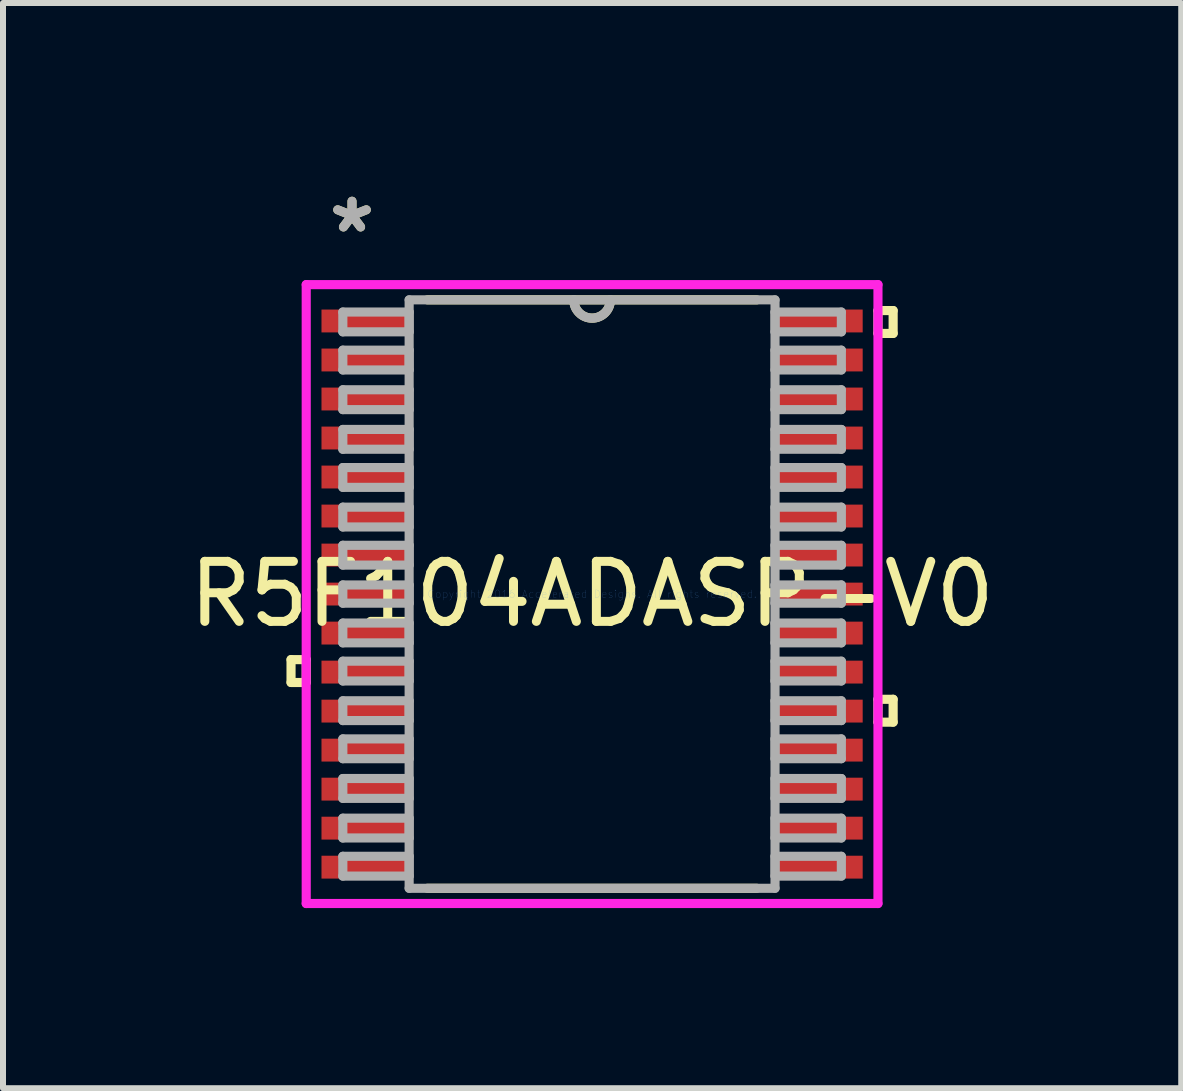
<source format=kicad_pcb>
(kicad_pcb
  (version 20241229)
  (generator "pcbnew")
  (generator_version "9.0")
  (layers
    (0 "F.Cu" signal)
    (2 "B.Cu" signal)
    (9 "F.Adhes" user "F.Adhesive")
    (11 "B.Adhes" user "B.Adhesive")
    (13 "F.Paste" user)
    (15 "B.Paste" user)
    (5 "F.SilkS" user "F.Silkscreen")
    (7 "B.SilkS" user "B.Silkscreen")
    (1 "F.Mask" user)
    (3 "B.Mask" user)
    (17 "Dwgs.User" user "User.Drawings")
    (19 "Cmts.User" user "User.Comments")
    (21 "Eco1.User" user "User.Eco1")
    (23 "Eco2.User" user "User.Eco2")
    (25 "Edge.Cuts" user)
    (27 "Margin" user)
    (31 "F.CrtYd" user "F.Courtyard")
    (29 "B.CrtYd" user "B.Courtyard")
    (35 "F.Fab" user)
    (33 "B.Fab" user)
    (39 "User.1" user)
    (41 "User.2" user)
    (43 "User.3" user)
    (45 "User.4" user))
  (footprint "R5F104ADASP-V0"
    (layer "F.Cu")
    (at 6.815 6.848)
    (property "Reference" "R5F104ADASP-V0" (at 0 0 0) (layer "F.SilkS") (effects (font (size 1 1) (thickness 0.15))))
    (attr through_hole)
    (fp_line (start -5.016 1.092) (end -5.016 1.473) (stroke (width 0.152) (type solid)) (layer "F.SilkS"))
    (fp_line (start -5.016 1.473) (end -4.763 1.473) (stroke (width 0.152) (type solid)) (layer "F.SilkS"))
    (fp_line (start -4.763 1.092) (end -5.016 1.092) (stroke (width 0.152) (type solid)) (layer "F.SilkS"))
    (fp_line (start -4.763 1.473) (end -4.763 1.092) (stroke (width 0.152) (type solid)) (layer "F.SilkS"))
    (fp_line (start -2.744 4.902) (end 2.744 4.902) (stroke (width 0.152) (type solid)) (layer "F.SilkS"))
    (fp_line (start 2.744 -4.902) (end -2.744 -4.902) (stroke (width 0.152) (type solid)) (layer "F.SilkS"))
    (fp_line (start 4.763 -4.724) (end 5.016 -4.724) (stroke (width 0.152) (type solid)) (layer "F.SilkS"))
    (fp_line (start 4.763 -4.343) (end 4.763 -4.724) (stroke (width 0.152) (type solid)) (layer "F.SilkS"))
    (fp_line (start 4.763 1.753) (end 5.016 1.753) (stroke (width 0.152) (type solid)) (layer "F.SilkS"))
    (fp_line (start 4.763 2.134) (end 4.763 1.753) (stroke (width 0.152) (type solid)) (layer "F.SilkS"))
    (fp_line (start 5.016 -4.724) (end 5.016 -4.343) (stroke (width 0.152) (type solid)) (layer "F.SilkS"))
    (fp_line (start 5.016 -4.343) (end 4.763 -4.343) (stroke (width 0.152) (type solid)) (layer "F.SilkS"))
    (fp_line (start 5.016 1.753) (end 5.016 2.134) (stroke (width 0.152) (type solid)) (layer "F.SilkS"))
    (fp_line (start 5.016 2.134) (end 4.763 2.134) (stroke (width 0.152) (type solid)) (layer "F.SilkS"))
    (fp_arc (start 0.3048 -4.9022) (mid 0 -4.5974) (end -0.3048 -4.9022) (stroke (width 0.1524) (type solid)) (layer "F.SilkS"))
    (fp_line (start -4.763 -5.156) (end 4.763 -5.156) (stroke (width 0.152) (type solid)) (layer "F.CrtYd"))
    (fp_line (start -4.763 5.156) (end -4.763 -5.156) (stroke (width 0.152) (type solid)) (layer "F.CrtYd"))
    (fp_line (start 4.763 -5.156) (end 4.763 5.156) (stroke (width 0.152) (type solid)) (layer "F.CrtYd"))
    (fp_line (start 4.763 5.156) (end -4.763 5.156) (stroke (width 0.152) (type solid)) (layer "F.CrtYd"))
    (fp_line (start -4.153 -4.699) (end -4.153 -4.369) (stroke (width 0.152) (type solid)) (layer "F.Fab"))
    (fp_line (start -4.153 -4.369) (end -3.048 -4.369) (stroke (width 0.152) (type solid)) (layer "F.Fab"))
    (fp_line (start -4.153 -4.064) (end -4.153 -3.734) (stroke (width 0.152) (type solid)) (layer "F.Fab"))
    (fp_line (start -4.153 -3.734) (end -3.048 -3.734) (stroke (width 0.152) (type solid)) (layer "F.Fab"))
    (fp_line (start -4.153 -3.404) (end -4.153 -3.073) (stroke (width 0.152) (type solid)) (layer "F.Fab"))
    (fp_line (start -4.153 -3.073) (end -3.048 -3.073) (stroke (width 0.152) (type solid)) (layer "F.Fab"))
    (fp_line (start -4.153 -2.743) (end -4.153 -2.413) (stroke (width 0.152) (type solid)) (layer "F.Fab"))
    (fp_line (start -4.153 -2.413) (end -3.048 -2.413) (stroke (width 0.152) (type solid)) (layer "F.Fab"))
    (fp_line (start -4.153 -2.108) (end -4.153 -1.778) (stroke (width 0.152) (type solid)) (layer "F.Fab"))
    (fp_line (start -4.153 -1.778) (end -3.048 -1.778) (stroke (width 0.152) (type solid)) (layer "F.Fab"))
    (fp_line (start -4.153 -1.448) (end -4.153 -1.118) (stroke (width 0.152) (type solid)) (layer "F.Fab"))
    (fp_line (start -4.153 -1.118) (end -3.048 -1.118) (stroke (width 0.152) (type solid)) (layer "F.Fab"))
    (fp_line (start -4.153 -0.813) (end -4.153 -0.483) (stroke (width 0.152) (type solid)) (layer "F.Fab"))
    (fp_line (start -4.153 -0.483) (end -3.048 -0.483) (stroke (width 0.152) (type solid)) (layer "F.Fab"))
    (fp_line (start -4.153 -0.152) (end -4.153 0.152) (stroke (width 0.152) (type solid)) (layer "F.Fab"))
    (fp_line (start -4.153 0.152) (end -3.048 0.152) (stroke (width 0.152) (type solid)) (layer "F.Fab"))
    (fp_line (start -4.153 0.483) (end -4.153 0.813) (stroke (width 0.152) (type solid)) (layer "F.Fab"))
    (fp_line (start -4.153 0.813) (end -3.048 0.813) (stroke (width 0.152) (type solid)) (layer "F.Fab"))
    (fp_line (start -4.153 1.118) (end -4.153 1.448) (stroke (width 0.152) (type solid)) (layer "F.Fab"))
    (fp_line (start -4.153 1.448) (end -3.048 1.448) (stroke (width 0.152) (type solid)) (layer "F.Fab"))
    (fp_line (start -4.153 1.778) (end -4.153 2.108) (stroke (width 0.152) (type solid)) (layer "F.Fab"))
    (fp_line (start -4.153 2.108) (end -3.048 2.108) (stroke (width 0.152) (type solid)) (layer "F.Fab"))
    (fp_line (start -4.153 2.413) (end -4.153 2.743) (stroke (width 0.152) (type solid)) (layer "F.Fab"))
    (fp_line (start -4.153 2.743) (end -3.048 2.743) (stroke (width 0.152) (type solid)) (layer "F.Fab"))
    (fp_line (start -4.153 3.073) (end -4.153 3.404) (stroke (width 0.152) (type solid)) (layer "F.Fab"))
    (fp_line (start -4.153 3.404) (end -3.048 3.404) (stroke (width 0.152) (type solid)) (layer "F.Fab"))
    (fp_line (start -4.153 3.734) (end -4.153 4.064) (stroke (width 0.152) (type solid)) (layer "F.Fab"))
    (fp_line (start -4.153 4.064) (end -3.048 4.064) (stroke (width 0.152) (type solid)) (layer "F.Fab"))
    (fp_line (start -4.153 4.369) (end -4.153 4.699) (stroke (width 0.152) (type solid)) (layer "F.Fab"))
    (fp_line (start -4.153 4.699) (end -3.048 4.699) (stroke (width 0.152) (type solid)) (layer "F.Fab"))
    (fp_line (start -3.048 -4.902) (end -3.048 4.902) (stroke (width 0.152) (type solid)) (layer "F.Fab"))
    (fp_line (start -3.048 -4.699) (end -4.153 -4.699) (stroke (width 0.152) (type solid)) (layer "F.Fab"))
    (fp_line (start -3.048 -4.369) (end -3.048 -4.699) (stroke (width 0.152) (type solid)) (layer "F.Fab"))
    (fp_line (start -3.048 -4.064) (end -4.153 -4.064) (stroke (width 0.152) (type solid)) (layer "F.Fab"))
    (fp_line (start -3.048 -3.734) (end -3.048 -4.064) (stroke (width 0.152) (type solid)) (layer "F.Fab"))
    (fp_line (start -3.048 -3.404) (end -4.153 -3.404) (stroke (width 0.152) (type solid)) (layer "F.Fab"))
    (fp_line (start -3.048 -3.073) (end -3.048 -3.404) (stroke (width 0.152) (type solid)) (layer "F.Fab"))
    (fp_line (start -3.048 -2.743) (end -4.153 -2.743) (stroke (width 0.152) (type solid)) (layer "F.Fab"))
    (fp_line (start -3.048 -2.413) (end -3.048 -2.743) (stroke (width 0.152) (type solid)) (layer "F.Fab"))
    (fp_line (start -3.048 -2.108) (end -4.153 -2.108) (stroke (width 0.152) (type solid)) (layer "F.Fab"))
    (fp_line (start -3.048 -1.778) (end -3.048 -2.108) (stroke (width 0.152) (type solid)) (layer "F.Fab"))
    (fp_line (start -3.048 -1.448) (end -4.153 -1.448) (stroke (width 0.152) (type solid)) (layer "F.Fab"))
    (fp_line (start -3.048 -1.118) (end -3.048 -1.448) (stroke (width 0.152) (type solid)) (layer "F.Fab"))
    (fp_line (start -3.048 -0.813) (end -4.153 -0.813) (stroke (width 0.152) (type solid)) (layer "F.Fab"))
    (fp_line (start -3.048 -0.483) (end -3.048 -0.813) (stroke (width 0.152) (type solid)) (layer "F.Fab"))
    (fp_line (start -3.048 -0.152) (end -4.153 -0.152) (stroke (width 0.152) (type solid)) (layer "F.Fab"))
    (fp_line (start -3.048 0.152) (end -3.048 -0.152) (stroke (width 0.152) (type solid)) (layer "F.Fab"))
    (fp_line (start -3.048 0.483) (end -4.153 0.483) (stroke (width 0.152) (type solid)) (layer "F.Fab"))
    (fp_line (start -3.048 0.813) (end -3.048 0.483) (stroke (width 0.152) (type solid)) (layer "F.Fab"))
    (fp_line (start -3.048 1.118) (end -4.153 1.118) (stroke (width 0.152) (type solid)) (layer "F.Fab"))
    (fp_line (start -3.048 1.448) (end -3.048 1.118) (stroke (width 0.152) (type solid)) (layer "F.Fab"))
    (fp_line (start -3.048 1.778) (end -4.153 1.778) (stroke (width 0.152) (type solid)) (layer "F.Fab"))
    (fp_line (start -3.048 2.108) (end -3.048 1.778) (stroke (width 0.152) (type solid)) (layer "F.Fab"))
    (fp_line (start -3.048 2.413) (end -4.153 2.413) (stroke (width 0.152) (type solid)) (layer "F.Fab"))
    (fp_line (start -3.048 2.743) (end -3.048 2.413) (stroke (width 0.152) (type solid)) (layer "F.Fab"))
    (fp_line (start -3.048 3.073) (end -4.153 3.073) (stroke (width 0.152) (type solid)) (layer "F.Fab"))
    (fp_line (start -3.048 3.404) (end -3.048 3.073) (stroke (width 0.152) (type solid)) (layer "F.Fab"))
    (fp_line (start -3.048 3.734) (end -4.153 3.734) (stroke (width 0.152) (type solid)) (layer "F.Fab"))
    (fp_line (start -3.048 4.064) (end -3.048 3.734) (stroke (width 0.152) (type solid)) (layer "F.Fab"))
    (fp_line (start -3.048 4.369) (end -4.153 4.369) (stroke (width 0.152) (type solid)) (layer "F.Fab"))
    (fp_line (start -3.048 4.699) (end -3.048 4.369) (stroke (width 0.152) (type solid)) (layer "F.Fab"))
    (fp_line (start -3.048 4.902) (end 3.048 4.902) (stroke (width 0.152) (type solid)) (layer "F.Fab"))
    (fp_line (start 3.048 -4.902) (end -3.048 -4.902) (stroke (width 0.152) (type solid)) (layer "F.Fab"))
    (fp_line (start 3.048 -4.699) (end 3.048 -4.369) (stroke (width 0.152) (type solid)) (layer "F.Fab"))
    (fp_line (start 3.048 -4.369) (end 4.153 -4.369) (stroke (width 0.152) (type solid)) (layer "F.Fab"))
    (fp_line (start 3.048 -4.064) (end 3.048 -3.734) (stroke (width 0.152) (type solid)) (layer "F.Fab"))
    (fp_line (start 3.048 -3.734) (end 4.153 -3.734) (stroke (width 0.152) (type solid)) (layer "F.Fab"))
    (fp_line (start 3.048 -3.404) (end 3.048 -3.073) (stroke (width 0.152) (type solid)) (layer "F.Fab"))
    (fp_line (start 3.048 -3.073) (end 4.153 -3.073) (stroke (width 0.152) (type solid)) (layer "F.Fab"))
    (fp_line (start 3.048 -2.743) (end 3.048 -2.413) (stroke (width 0.152) (type solid)) (layer "F.Fab"))
    (fp_line (start 3.048 -2.413) (end 4.153 -2.413) (stroke (width 0.152) (type solid)) (layer "F.Fab"))
    (fp_line (start 3.048 -2.108) (end 3.048 -1.778) (stroke (width 0.152) (type solid)) (layer "F.Fab"))
    (fp_line (start 3.048 -1.778) (end 4.153 -1.778) (stroke (width 0.152) (type solid)) (layer "F.Fab"))
    (fp_line (start 3.048 -1.448) (end 3.048 -1.118) (stroke (width 0.152) (type solid)) (layer "F.Fab"))
    (fp_line (start 3.048 -1.118) (end 4.153 -1.118) (stroke (width 0.152) (type solid)) (layer "F.Fab"))
    (fp_line (start 3.048 -0.813) (end 3.048 -0.483) (stroke (width 0.152) (type solid)) (layer "F.Fab"))
    (fp_line (start 3.048 -0.483) (end 4.153 -0.483) (stroke (width 0.152) (type solid)) (layer "F.Fab"))
    (fp_line (start 3.048 -0.152) (end 3.048 0.152) (stroke (width 0.152) (type solid)) (layer "F.Fab"))
    (fp_line (start 3.048 0.152) (end 4.153 0.152) (stroke (width 0.152) (type solid)) (layer "F.Fab"))
    (fp_line (start 3.048 0.483) (end 3.048 0.813) (stroke (width 0.152) (type solid)) (layer "F.Fab"))
    (fp_line (start 3.048 0.813) (end 4.153 0.813) (stroke (width 0.152) (type solid)) (layer "F.Fab"))
    (fp_line (start 3.048 1.118) (end 3.048 1.448) (stroke (width 0.152) (type solid)) (layer "F.Fab"))
    (fp_line (start 3.048 1.448) (end 4.153 1.448) (stroke (width 0.152) (type solid)) (layer "F.Fab"))
    (fp_line (start 3.048 1.778) (end 3.048 2.108) (stroke (width 0.152) (type solid)) (layer "F.Fab"))
    (fp_line (start 3.048 2.108) (end 4.153 2.108) (stroke (width 0.152) (type solid)) (layer "F.Fab"))
    (fp_line (start 3.048 2.413) (end 3.048 2.743) (stroke (width 0.152) (type solid)) (layer "F.Fab"))
    (fp_line (start 3.048 2.743) (end 4.153 2.743) (stroke (width 0.152) (type solid)) (layer "F.Fab"))
    (fp_line (start 3.048 3.073) (end 3.048 3.404) (stroke (width 0.152) (type solid)) (layer "F.Fab"))
    (fp_line (start 3.048 3.404) (end 4.153 3.404) (stroke (width 0.152) (type solid)) (layer "F.Fab"))
    (fp_line (start 3.048 3.734) (end 3.048 4.064) (stroke (width 0.152) (type solid)) (layer "F.Fab"))
    (fp_line (start 3.048 4.064) (end 4.153 4.064) (stroke (width 0.152) (type solid)) (layer "F.Fab"))
    (fp_line (start 3.048 4.369) (end 3.048 4.699) (stroke (width 0.152) (type solid)) (layer "F.Fab"))
    (fp_line (start 3.048 4.699) (end 4.153 4.699) (stroke (width 0.152) (type solid)) (layer "F.Fab"))
    (fp_line (start 3.048 4.902) (end 3.048 -4.902) (stroke (width 0.152) (type solid)) (layer "F.Fab"))
    (fp_line (start 4.153 -4.699) (end 3.048 -4.699) (stroke (width 0.152) (type solid)) (layer "F.Fab"))
    (fp_line (start 4.153 -4.369) (end 4.153 -4.699) (stroke (width 0.152) (type solid)) (layer "F.Fab"))
    (fp_line (start 4.153 -4.064) (end 3.048 -4.064) (stroke (width 0.152) (type solid)) (layer "F.Fab"))
    (fp_line (start 4.153 -3.734) (end 4.153 -4.064) (stroke (width 0.152) (type solid)) (layer "F.Fab"))
    (fp_line (start 4.153 -3.404) (end 3.048 -3.404) (stroke (width 0.152) (type solid)) (layer "F.Fab"))
    (fp_line (start 4.153 -3.073) (end 4.153 -3.404) (stroke (width 0.152) (type solid)) (layer "F.Fab"))
    (fp_line (start 4.153 -2.743) (end 3.048 -2.743) (stroke (width 0.152) (type solid)) (layer "F.Fab"))
    (fp_line (start 4.153 -2.413) (end 4.153 -2.743) (stroke (width 0.152) (type solid)) (layer "F.Fab"))
    (fp_line (start 4.153 -2.108) (end 3.048 -2.108) (stroke (width 0.152) (type solid)) (layer "F.Fab"))
    (fp_line (start 4.153 -1.778) (end 4.153 -2.108) (stroke (width 0.152) (type solid)) (layer "F.Fab"))
    (fp_line (start 4.153 -1.448) (end 3.048 -1.448) (stroke (width 0.152) (type solid)) (layer "F.Fab"))
    (fp_line (start 4.153 -1.118) (end 4.153 -1.448) (stroke (width 0.152) (type solid)) (layer "F.Fab"))
    (fp_line (start 4.153 -0.813) (end 3.048 -0.813) (stroke (width 0.152) (type solid)) (layer "F.Fab"))
    (fp_line (start 4.153 -0.483) (end 4.153 -0.813) (stroke (width 0.152) (type solid)) (layer "F.Fab"))
    (fp_line (start 4.153 -0.152) (end 3.048 -0.152) (stroke (width 0.152) (type solid)) (layer "F.Fab"))
    (fp_line (start 4.153 0.152) (end 4.153 -0.152) (stroke (width 0.152) (type solid)) (layer "F.Fab"))
    (fp_line (start 4.153 0.483) (end 3.048 0.483) (stroke (width 0.152) (type solid)) (layer "F.Fab"))
    (fp_line (start 4.153 0.813) (end 4.153 0.483) (stroke (width 0.152) (type solid)) (layer "F.Fab"))
    (fp_line (start 4.153 1.118) (end 3.048 1.118) (stroke (width 0.152) (type solid)) (layer "F.Fab"))
    (fp_line (start 4.153 1.448) (end 4.153 1.118) (stroke (width 0.152) (type solid)) (layer "F.Fab"))
    (fp_line (start 4.153 1.778) (end 3.048 1.778) (stroke (width 0.152) (type solid)) (layer "F.Fab"))
    (fp_line (start 4.153 2.108) (end 4.153 1.778) (stroke (width 0.152) (type solid)) (layer "F.Fab"))
    (fp_line (start 4.153 2.413) (end 3.048 2.413) (stroke (width 0.152) (type solid)) (layer "F.Fab"))
    (fp_line (start 4.153 2.743) (end 4.153 2.413) (stroke (width 0.152) (type solid)) (layer "F.Fab"))
    (fp_line (start 4.153 3.073) (end 3.048 3.073) (stroke (width 0.152) (type solid)) (layer "F.Fab"))
    (fp_line (start 4.153 3.404) (end 4.153 3.073) (stroke (width 0.152) (type solid)) (layer "F.Fab"))
    (fp_line (start 4.153 3.734) (end 3.048 3.734) (stroke (width 0.152) (type solid)) (layer "F.Fab"))
    (fp_line (start 4.153 4.064) (end 4.153 3.734) (stroke (width 0.152) (type solid)) (layer "F.Fab"))
    (fp_line (start 4.153 4.369) (end 3.048 4.369) (stroke (width 0.152) (type solid)) (layer "F.Fab"))
    (fp_line (start 4.153 4.699) (end 4.153 4.369) (stroke (width 0.152) (type solid)) (layer "F.Fab"))
    (fp_arc (start 0.3048 -4.9022) (mid 0 -4.5974) (end -0.3048 -4.9022) (stroke (width 0.1524) (type solid)) (layer "F.Fab"))
    (fp_text user "*" (at -4 -6 0) (layer "F.SilkS") (effects (font (size 1 1) (thickness 0.15))))
    (fp_text user "Copyright 2016 Accelerated Designs. All rights reserved." (at 0 0 0) (layer "Cmts.User") (effects (font (size 0.127 0.127) (thickness 0.002))))
    (fp_text user "*" (at -4 -6 0) (layer "F.Fab") (effects (font (size 1 1) (thickness 0.15))))
    (pad "1" smd rect (at -3.772 -4.55) (size 1.473 0.381) (layers "F.Cu" "F.Mask" "F.Paste"))
    (pad "2" smd rect (at -3.772 -3.9) (size 1.473 0.381) (layers "F.Cu" "F.Mask" "F.Paste"))
    (pad "3" smd rect (at -3.772 -3.25) (size 1.473 0.381) (layers "F.Cu" "F.Mask" "F.Paste"))
    (pad "4" smd rect (at -3.772 -2.6) (size 1.473 0.381) (layers "F.Cu" "F.Mask" "F.Paste"))
    (pad "5" smd rect (at -3.772 -1.95) (size 1.473 0.381) (layers "F.Cu" "F.Mask" "F.Paste"))
    (pad "6" smd rect (at -3.772 -1.3) (size 1.473 0.381) (layers "F.Cu" "F.Mask" "F.Paste"))
    (pad "7" smd rect (at -3.772 -0.65) (size 1.473 0.381) (layers "F.Cu" "F.Mask" "F.Paste"))
    (pad "8" smd rect (at -3.772 0) (size 1.473 0.381) (layers "F.Cu" "F.Mask" "F.Paste"))
    (pad "9" smd rect (at -3.772 0.65) (size 1.473 0.381) (layers "F.Cu" "F.Mask" "F.Paste"))
    (pad "10" smd rect (at -3.772 1.3) (size 1.473 0.381) (layers "F.Cu" "F.Mask" "F.Paste"))
    (pad "11" smd rect (at -3.772 1.95) (size 1.473 0.381) (layers "F.Cu" "F.Mask" "F.Paste"))
    (pad "12" smd rect (at -3.772 2.6) (size 1.473 0.381) (layers "F.Cu" "F.Mask" "F.Paste"))
    (pad "13" smd rect (at -3.772 3.25) (size 1.473 0.381) (layers "F.Cu" "F.Mask" "F.Paste"))
    (pad "14" smd rect (at -3.772 3.9) (size 1.473 0.381) (layers "F.Cu" "F.Mask" "F.Paste"))
    (pad "15" smd rect (at -3.772 4.55) (size 1.473 0.381) (layers "F.Cu" "F.Mask" "F.Paste"))
    (pad "16" smd rect (at 3.772 4.55) (size 1.473 0.381) (layers "F.Cu" "F.Mask" "F.Paste"))
    (pad "17" smd rect (at 3.772 3.9) (size 1.473 0.381) (layers "F.Cu" "F.Mask" "F.Paste"))
    (pad "18" smd rect (at 3.772 3.25) (size 1.473 0.381) (layers "F.Cu" "F.Mask" "F.Paste"))
    (pad "19" smd rect (at 3.772 2.6) (size 1.473 0.381) (layers "F.Cu" "F.Mask" "F.Paste"))
    (pad "20" smd rect (at 3.772 1.95) (size 1.473 0.381) (layers "F.Cu" "F.Mask" "F.Paste"))
    (pad "21" smd rect (at 3.772 1.3) (size 1.473 0.381) (layers "F.Cu" "F.Mask" "F.Paste"))
    (pad "22" smd rect (at 3.772 0.65) (size 1.473 0.381) (layers "F.Cu" "F.Mask" "F.Paste"))
    (pad "23" smd rect (at 3.772 0) (size 1.473 0.381) (layers "F.Cu" "F.Mask" "F.Paste"))
    (pad "24" smd rect (at 3.772 -0.65) (size 1.473 0.381) (layers "F.Cu" "F.Mask" "F.Paste"))
    (pad "25" smd rect (at 3.772 -1.3) (size 1.473 0.381) (layers "F.Cu" "F.Mask" "F.Paste"))
    (pad "26" smd rect (at 3.772 -1.95) (size 1.473 0.381) (layers "F.Cu" "F.Mask" "F.Paste"))
    (pad "27" smd rect (at 3.772 -2.6) (size 1.473 0.381) (layers "F.Cu" "F.Mask" "F.Paste"))
    (pad "28" smd rect (at 3.772 -3.25) (size 1.473 0.381) (layers "F.Cu" "F.Mask" "F.Paste"))
    (pad "29" smd rect (at 3.772 -3.9) (size 1.473 0.381) (layers "F.Cu" "F.Mask" "F.Paste"))
    (pad "30" smd rect (at 3.772 -4.55) (size 1.473 0.381) (layers "F.Cu" "F.Mask" "F.Paste")))
  (gr_rect
    (start -3 -3)
    (end 16.631 15.081)
    (stroke (width 0.1) (type default))
    (fill no)
    (layer "Edge.Cuts")))
</source>
